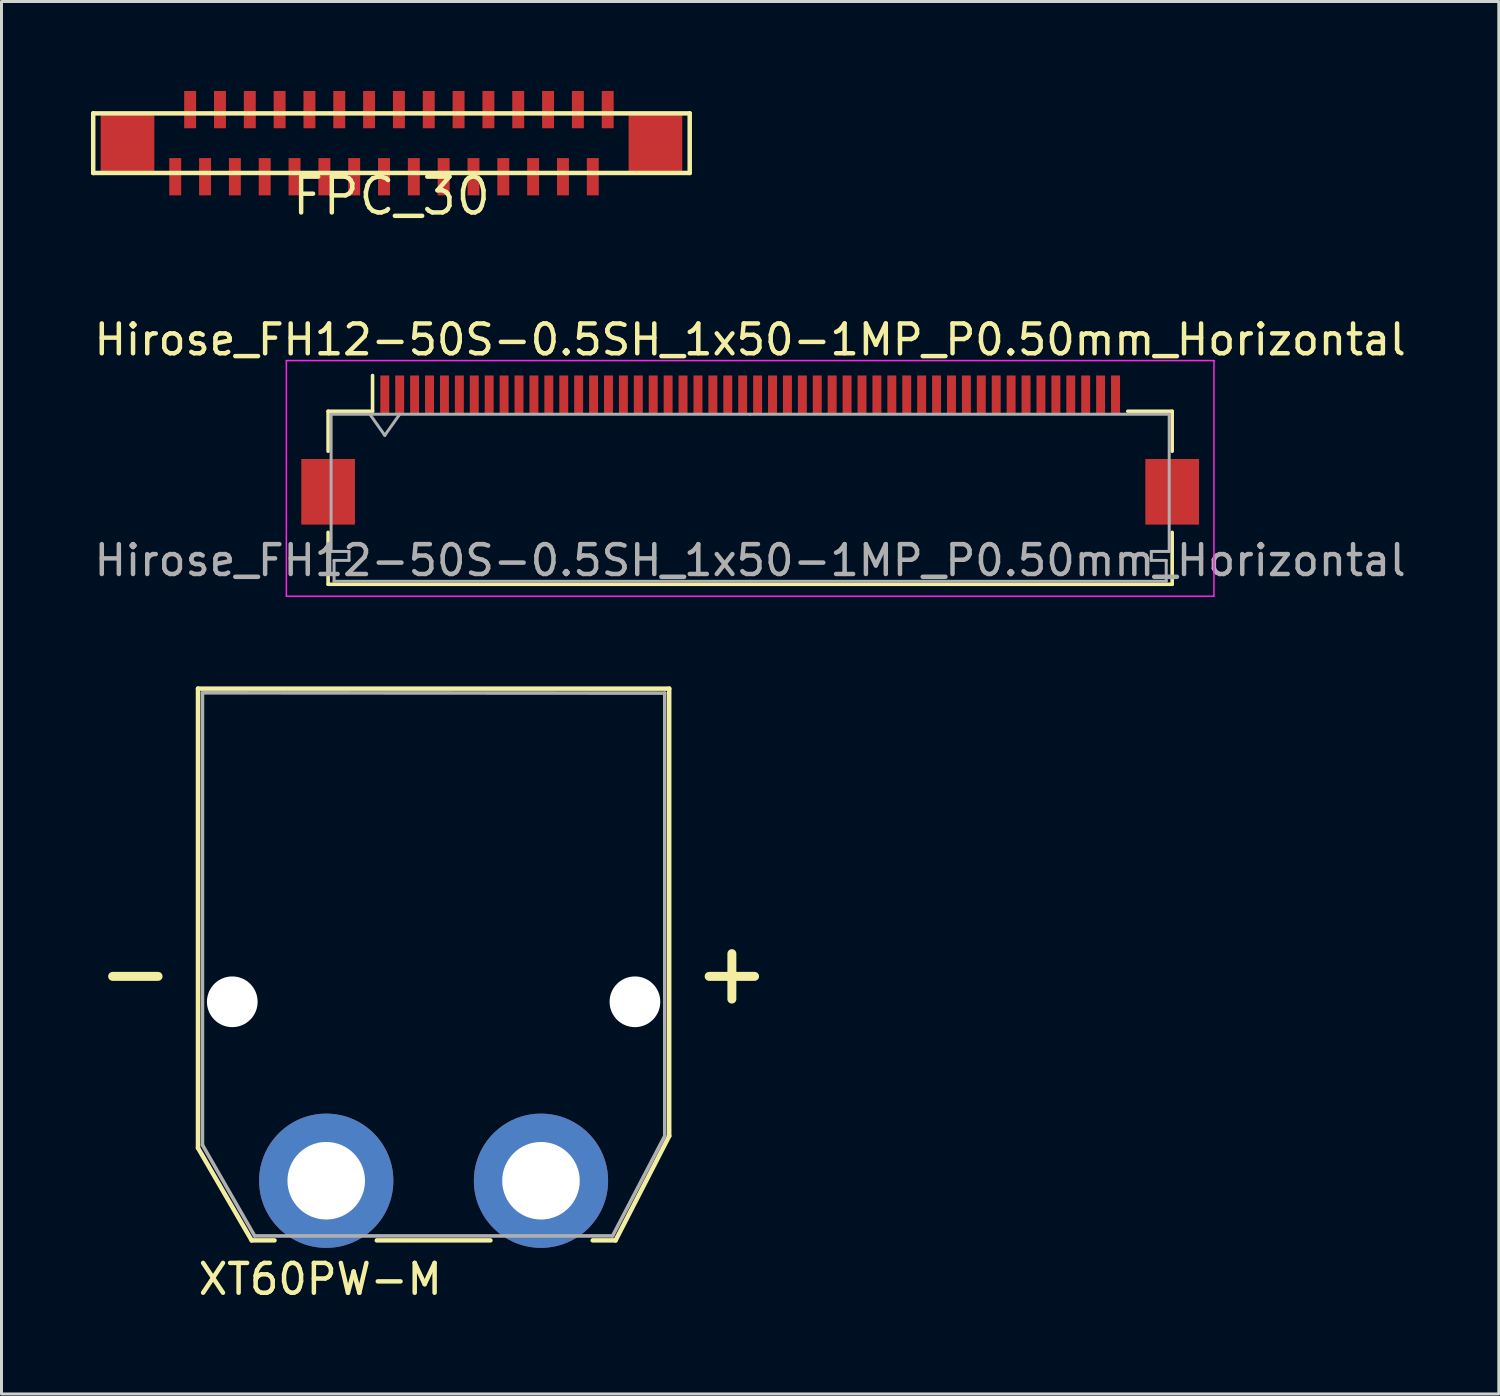
<source format=kicad_pcb>
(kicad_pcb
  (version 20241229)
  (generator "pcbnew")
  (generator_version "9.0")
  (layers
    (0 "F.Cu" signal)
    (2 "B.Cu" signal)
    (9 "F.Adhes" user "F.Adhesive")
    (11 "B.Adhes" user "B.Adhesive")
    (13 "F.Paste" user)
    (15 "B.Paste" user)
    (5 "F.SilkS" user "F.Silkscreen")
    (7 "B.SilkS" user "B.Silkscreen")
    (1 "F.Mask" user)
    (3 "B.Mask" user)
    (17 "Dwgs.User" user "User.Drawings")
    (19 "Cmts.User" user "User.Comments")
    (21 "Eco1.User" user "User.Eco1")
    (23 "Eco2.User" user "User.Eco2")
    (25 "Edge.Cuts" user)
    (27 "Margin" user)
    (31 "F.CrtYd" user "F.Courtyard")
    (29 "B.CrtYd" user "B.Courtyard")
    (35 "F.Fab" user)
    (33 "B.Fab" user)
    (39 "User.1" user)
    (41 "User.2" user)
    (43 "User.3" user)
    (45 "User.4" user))
  (footprint "XT60PW-M"
    (layer "F.Cu")
    (at 11.488 36.538)
    (property "Reference" "XT60PW-M" (at -3.8 3.3 0) (layer "F.SilkS") (effects (font (size 1 1) (thickness 0.15))))
    (attr through_hole)
    (fp_line (start -7.9 -16.5) (end -7.9 -1.1) (stroke (width 0.15) (type solid)) (layer "F.SilkS"))
    (fp_line (start -7.9 -1.1) (end -6.1 2) (stroke (width 0.15) (type solid)) (layer "F.SilkS"))
    (fp_line (start -6.1 2) (end -5.334 2) (stroke (width 0.15) (type solid)) (layer "F.SilkS"))
    (fp_line (start -1.905 2) (end 1.905 2) (stroke (width 0.15) (type solid)) (layer "F.SilkS"))
    (fp_line (start 5.334 2) (end 6.1 2) (stroke (width 0.15) (type solid)) (layer "F.SilkS"))
    (fp_line (start 6.1 2) (end 7.9 -1.5) (stroke (width 0.15) (type solid)) (layer "F.SilkS"))
    (fp_line (start 7.9 -16.5) (end -7.9 -16.5) (stroke (width 0.15) (type solid)) (layer "F.SilkS"))
    (fp_line (start 7.9 -1.5) (end 7.9 -16.5) (stroke (width 0.15) (type solid)) (layer "F.SilkS"))
    (fp_line (start -7.75 -16.36) (end -7.75 -1.2) (stroke (width 0.12) (type solid)) (layer "F.Fab"))
    (fp_line (start -7.75 -16.36) (end 7.75 -16.35) (stroke (width 0.12) (type solid)) (layer "F.Fab"))
    (fp_line (start -7.75 -1.2) (end -6 1.85) (stroke (width 0.12) (type solid)) (layer "F.Fab"))
    (fp_line (start -6 1.85) (end 6 1.85) (stroke (width 0.12) (type solid)) (layer "F.Fab"))
    (fp_line (start 6 1.85) (end 7.75 -1.5) (stroke (width 0.12) (type solid)) (layer "F.Fab"))
    (fp_line (start 7.75 -16.35) (end 7.75 -1.5) (stroke (width 0.12) (type solid)) (layer "F.Fab"))
    (fp_text user "-" (at -10 -7 0) (layer "F.SilkS") (effects (font (size 2 2) (thickness 0.3))))
    (fp_text user "+" (at 10 -7 0) (layer "F.SilkS") (effects (font (size 2 2) (thickness 0.3))))
    (pad "" np_thru_hole circle (at -6.75 -6) (size 1.7 1.7) (drill 1.7) (layers "*.Cu" "*.Mask"))
    (pad "" np_thru_hole circle (at 6.75 -6) (size 1.7 1.7) (drill 1.7) (layers "*.Cu" "*.Mask"))
    (pad "1" thru_hole circle (at 3.6 0) (size 4.5 4.5) (drill 2.6) (layers "*.Cu" "*.Mask"))
    (pad "2" thru_hole circle (at -3.6 0) (size 4.5 4.5) (drill 2.6) (layers "*.Cu" "*.Mask")))
  (footprint "Hirose_FH12-50S-0.5SH_1x50-1MP_P0.50mm_Horizontal"
    (layer "F.Cu")
    (at 22.101 12.039)
    (property "Reference" "Hirose_FH12-50S-0.5SH_1x50-1MP_P0.50mm_Horizontal" (at 0 -3.7 0) (layer "F.SilkS") (effects (font (size 1 1) (thickness 0.15))))
    (attr smd)
    (fp_line (start -14.15 -1.3) (end -14.15 0.04) (stroke (width 0.12) (type solid)) (layer "F.SilkS"))
    (fp_line (start -14.15 2.76) (end -14.15 4.5) (stroke (width 0.12) (type solid)) (layer "F.SilkS"))
    (fp_line (start -14.15 4.5) (end 14.15 4.5) (stroke (width 0.12) (type solid)) (layer "F.SilkS"))
    (fp_line (start -12.66 -1.3) (end -14.15 -1.3) (stroke (width 0.12) (type solid)) (layer "F.SilkS"))
    (fp_line (start -12.66 -1.3) (end -12.66 -2.5) (stroke (width 0.12) (type solid)) (layer "F.SilkS"))
    (fp_line (start 12.66 -1.3) (end 14.15 -1.3) (stroke (width 0.12) (type solid)) (layer "F.SilkS"))
    (fp_line (start 14.15 -1.3) (end 14.15 0.04) (stroke (width 0.12) (type solid)) (layer "F.SilkS"))
    (fp_line (start 14.15 4.5) (end 14.15 2.76) (stroke (width 0.12) (type solid)) (layer "F.SilkS"))
    (fp_line (start -15.55 -3) (end -15.55 4.9) (stroke (width 0.05) (type solid)) (layer "F.CrtYd"))
    (fp_line (start -15.55 4.9) (end 15.55 4.9) (stroke (width 0.05) (type solid)) (layer "F.CrtYd"))
    (fp_line (start 15.55 -3) (end -15.55 -3) (stroke (width 0.05) (type solid)) (layer "F.CrtYd"))
    (fp_line (start 15.55 4.9) (end 15.55 -3) (stroke (width 0.05) (type solid)) (layer "F.CrtYd"))
    (fp_line (start -14.05 -1.2) (end -14.05 3.4) (stroke (width 0.1) (type solid)) (layer "F.Fab"))
    (fp_line (start -14.05 3.4) (end -13.45 3.4) (stroke (width 0.1) (type solid)) (layer "F.Fab"))
    (fp_line (start -13.95 3.7) (end -13.95 4.4) (stroke (width 0.1) (type solid)) (layer "F.Fab"))
    (fp_line (start -13.95 4.4) (end 0 4.4) (stroke (width 0.1) (type solid)) (layer "F.Fab"))
    (fp_line (start -13.45 3.4) (end -13.45 3.7) (stroke (width 0.1) (type solid)) (layer "F.Fab"))
    (fp_line (start -13.45 3.7) (end -13.95 3.7) (stroke (width 0.1) (type solid)) (layer "F.Fab"))
    (fp_line (start -12.75 -1.2) (end -12.25 -0.493) (stroke (width 0.1) (type solid)) (layer "F.Fab"))
    (fp_line (start -12.25 -0.493) (end -11.75 -1.2) (stroke (width 0.1) (type solid)) (layer "F.Fab"))
    (fp_line (start 0 -1.2) (end -14.05 -1.2) (stroke (width 0.1) (type solid)) (layer "F.Fab"))
    (fp_line (start 0 -1.2) (end 14.05 -1.2) (stroke (width 0.1) (type solid)) (layer "F.Fab"))
    (fp_line (start 13.45 3.4) (end 13.45 3.7) (stroke (width 0.1) (type solid)) (layer "F.Fab"))
    (fp_line (start 13.45 3.7) (end 13.95 3.7) (stroke (width 0.1) (type solid)) (layer "F.Fab"))
    (fp_line (start 13.95 3.7) (end 13.95 4.4) (stroke (width 0.1) (type solid)) (layer "F.Fab"))
    (fp_line (start 13.95 4.4) (end 0 4.4) (stroke (width 0.1) (type solid)) (layer "F.Fab"))
    (fp_line (start 14.05 -1.2) (end 14.05 3.4) (stroke (width 0.1) (type solid)) (layer "F.Fab"))
    (fp_line (start 14.05 3.4) (end 13.45 3.4) (stroke (width 0.1) (type solid)) (layer "F.Fab"))
    (fp_text user "${REFERENCE}" (at 0 3.7 0) (layer "F.Fab") (effects (font (size 1 1) (thickness 0.15))))
    (pad "1" smd rect (at 12.25 -1.85) (size 0.3 1.3) (layers "F.Cu" "F.Mask" "F.Paste"))
    (pad "2" smd rect (at 11.75 -1.85) (size 0.3 1.3) (layers "F.Cu" "F.Mask" "F.Paste"))
    (pad "3" smd rect (at 11.25 -1.85) (size 0.3 1.3) (layers "F.Cu" "F.Mask" "F.Paste"))
    (pad "4" smd rect (at 10.75 -1.85) (size 0.3 1.3) (layers "F.Cu" "F.Mask" "F.Paste"))
    (pad "5" smd rect (at 10.25 -1.85) (size 0.3 1.3) (layers "F.Cu" "F.Mask" "F.Paste"))
    (pad "6" smd rect (at 9.75 -1.85) (size 0.3 1.3) (layers "F.Cu" "F.Mask" "F.Paste"))
    (pad "7" smd rect (at 9.25 -1.85) (size 0.3 1.3) (layers "F.Cu" "F.Mask" "F.Paste"))
    (pad "8" smd rect (at 8.75 -1.85) (size 0.3 1.3) (layers "F.Cu" "F.Mask" "F.Paste"))
    (pad "9" smd rect (at 8.25 -1.85) (size 0.3 1.3) (layers "F.Cu" "F.Mask" "F.Paste"))
    (pad "10" smd rect (at 7.75 -1.85) (size 0.3 1.3) (layers "F.Cu" "F.Mask" "F.Paste"))
    (pad "11" smd rect (at 7.25 -1.85) (size 0.3 1.3) (layers "F.Cu" "F.Mask" "F.Paste"))
    (pad "12" smd rect (at 6.75 -1.85) (size 0.3 1.3) (layers "F.Cu" "F.Mask" "F.Paste"))
    (pad "13" smd rect (at 6.25 -1.85) (size 0.3 1.3) (layers "F.Cu" "F.Mask" "F.Paste"))
    (pad "14" smd rect (at 5.75 -1.85) (size 0.3 1.3) (layers "F.Cu" "F.Mask" "F.Paste"))
    (pad "15" smd rect (at 5.25 -1.85) (size 0.3 1.3) (layers "F.Cu" "F.Mask" "F.Paste"))
    (pad "16" smd rect (at 4.75 -1.85) (size 0.3 1.3) (layers "F.Cu" "F.Mask" "F.Paste"))
    (pad "17" smd rect (at 4.25 -1.85) (size 0.3 1.3) (layers "F.Cu" "F.Mask" "F.Paste"))
    (pad "18" smd rect (at 3.75 -1.85) (size 0.3 1.3) (layers "F.Cu" "F.Mask" "F.Paste"))
    (pad "19" smd rect (at 3.25 -1.85) (size 0.3 1.3) (layers "F.Cu" "F.Mask" "F.Paste"))
    (pad "20" smd rect (at 2.75 -1.85) (size 0.3 1.3) (layers "F.Cu" "F.Mask" "F.Paste"))
    (pad "21" smd rect (at 2.25 -1.85) (size 0.3 1.3) (layers "F.Cu" "F.Mask" "F.Paste"))
    (pad "22" smd rect (at 1.75 -1.85) (size 0.3 1.3) (layers "F.Cu" "F.Mask" "F.Paste"))
    (pad "23" smd rect (at 1.25 -1.85) (size 0.3 1.3) (layers "F.Cu" "F.Mask" "F.Paste"))
    (pad "24" smd rect (at 0.75 -1.85) (size 0.3 1.3) (layers "F.Cu" "F.Mask" "F.Paste"))
    (pad "25" smd rect (at 0.25 -1.85) (size 0.3 1.3) (layers "F.Cu" "F.Mask" "F.Paste"))
    (pad "26" smd rect (at -0.25 -1.85) (size 0.3 1.3) (layers "F.Cu" "F.Mask" "F.Paste"))
    (pad "27" smd rect (at -0.75 -1.85) (size 0.3 1.3) (layers "F.Cu" "F.Mask" "F.Paste"))
    (pad "28" smd rect (at -1.25 -1.85) (size 0.3 1.3) (layers "F.Cu" "F.Mask" "F.Paste"))
    (pad "29" smd rect (at -1.75 -1.85) (size 0.3 1.3) (layers "F.Cu" "F.Mask" "F.Paste"))
    (pad "30" smd rect (at -2.25 -1.85) (size 0.3 1.3) (layers "F.Cu" "F.Mask" "F.Paste"))
    (pad "31" smd rect (at -2.75 -1.85) (size 0.3 1.3) (layers "F.Cu" "F.Mask" "F.Paste"))
    (pad "32" smd rect (at -3.25 -1.85) (size 0.3 1.3) (layers "F.Cu" "F.Mask" "F.Paste"))
    (pad "33" smd rect (at -3.75 -1.85) (size 0.3 1.3) (layers "F.Cu" "F.Mask" "F.Paste"))
    (pad "34" smd rect (at -4.25 -1.85) (size 0.3 1.3) (layers "F.Cu" "F.Mask" "F.Paste"))
    (pad "35" smd rect (at -4.75 -1.85) (size 0.3 1.3) (layers "F.Cu" "F.Mask" "F.Paste"))
    (pad "36" smd rect (at -5.25 -1.85) (size 0.3 1.3) (layers "F.Cu" "F.Mask" "F.Paste"))
    (pad "37" smd rect (at -5.75 -1.85) (size 0.3 1.3) (layers "F.Cu" "F.Mask" "F.Paste"))
    (pad "38" smd rect (at -6.25 -1.85) (size 0.3 1.3) (layers "F.Cu" "F.Mask" "F.Paste"))
    (pad "39" smd rect (at -6.75 -1.85) (size 0.3 1.3) (layers "F.Cu" "F.Mask" "F.Paste"))
    (pad "40" smd rect (at -7.25 -1.85) (size 0.3 1.3) (layers "F.Cu" "F.Mask" "F.Paste"))
    (pad "41" smd rect (at -7.75 -1.85) (size 0.3 1.3) (layers "F.Cu" "F.Mask" "F.Paste"))
    (pad "42" smd rect (at -8.25 -1.85) (size 0.3 1.3) (layers "F.Cu" "F.Mask" "F.Paste"))
    (pad "43" smd rect (at -8.75 -1.85) (size 0.3 1.3) (layers "F.Cu" "F.Mask" "F.Paste"))
    (pad "44" smd rect (at -9.25 -1.85) (size 0.3 1.3) (layers "F.Cu" "F.Mask" "F.Paste"))
    (pad "45" smd rect (at -9.75 -1.85) (size 0.3 1.3) (layers "F.Cu" "F.Mask" "F.Paste"))
    (pad "46" smd rect (at -10.25 -1.85) (size 0.3 1.3) (layers "F.Cu" "F.Mask" "F.Paste"))
    (pad "47" smd rect (at -10.75 -1.85) (size 0.3 1.3) (layers "F.Cu" "F.Mask" "F.Paste"))
    (pad "48" smd rect (at -11.25 -1.85) (size 0.3 1.3) (layers "F.Cu" "F.Mask" "F.Paste"))
    (pad "49" smd rect (at -11.75 -1.85) (size 0.3 1.3) (layers "F.Cu" "F.Mask" "F.Paste"))
    (pad "50" smd rect (at -12.25 -1.85) (size 0.3 1.3) (layers "F.Cu" "F.Mask" "F.Paste"))
    (pad "MP" smd rect (at -14.15 1.4) (size 1.8 2.2) (layers "F.Cu" "F.Mask" "F.Paste"))
    (pad "MP" smd rect (at 14.15 1.4) (size 1.8 2.2) (layers "F.Cu" "F.Mask" "F.Paste")))
  (footprint "FPC_30"
    (layer "F.Cu")
    (at 10.075 1.75)
    (property "Reference" "FPC_30" (at 0 1.775 0) (layer "F.SilkS") (effects (font (size 1.2 1.2) (thickness 0.15))))
    (attr through_hole)
    (fp_line (start -10 -1) (end 10 -1) (stroke (width 0.15) (type solid)) (layer "F.SilkS"))
    (fp_line (start -10 1) (end -10 -1) (stroke (width 0.15) (type solid)) (layer "F.SilkS"))
    (fp_line (start -10 1) (end 10 1) (stroke (width 0.15) (type solid)) (layer "F.SilkS"))
    (fp_line (start 10 1) (end 10 -1) (stroke (width 0.15) (type solid)) (layer "F.SilkS"))
    (pad "" smd rect (at -8.85 0) (size 1.8 2) (layers "F.Cu" "F.Mask" "F.Paste"))
    (pad "" smd rect (at 8.85 0) (size 1.8 2) (layers "F.Cu" "F.Mask" "F.Paste"))
    (pad "1" smd rect (at -7.25 1.125) (size 0.4 1.25) (layers "F.Cu" "F.Mask" "F.Paste"))
    (pad "2" smd rect (at -6.75 -1.125) (size 0.4 1.25) (layers "F.Cu" "F.Mask" "F.Paste"))
    (pad "3" smd rect (at -6.25 1.125) (size 0.4 1.25) (layers "F.Cu" "F.Mask" "F.Paste"))
    (pad "4" smd rect (at -5.75 -1.125) (size 0.4 1.25) (layers "F.Cu" "F.Mask" "F.Paste"))
    (pad "5" smd rect (at -5.25 1.125) (size 0.4 1.25) (layers "F.Cu" "F.Mask" "F.Paste"))
    (pad "6" smd rect (at -4.75 -1.125) (size 0.4 1.25) (layers "F.Cu" "F.Mask" "F.Paste"))
    (pad "7" smd rect (at -4.25 1.125) (size 0.4 1.25) (layers "F.Cu" "F.Mask" "F.Paste"))
    (pad "8" smd rect (at -3.75 -1.125) (size 0.4 1.25) (layers "F.Cu" "F.Mask" "F.Paste"))
    (pad "9" smd rect (at -3.25 1.125) (size 0.4 1.25) (layers "F.Cu" "F.Mask" "F.Paste"))
    (pad "10" smd rect (at -2.75 -1.125) (size 0.4 1.25) (layers "F.Cu" "F.Mask" "F.Paste"))
    (pad "11" smd rect (at -2.25 1.125) (size 0.4 1.25) (layers "F.Cu" "F.Mask" "F.Paste"))
    (pad "12" smd rect (at -1.75 -1.125) (size 0.4 1.25) (layers "F.Cu" "F.Mask" "F.Paste"))
    (pad "13" smd rect (at -1.25 1.125) (size 0.4 1.25) (layers "F.Cu" "F.Mask" "F.Paste"))
    (pad "14" smd rect (at -0.75 -1.125) (size 0.4 1.25) (layers "F.Cu" "F.Mask" "F.Paste"))
    (pad "15" smd rect (at -0.25 1.125) (size 0.4 1.25) (layers "F.Cu" "F.Mask" "F.Paste"))
    (pad "16" smd rect (at 0.25 -1.125) (size 0.4 1.25) (layers "F.Cu" "F.Mask" "F.Paste"))
    (pad "17" smd rect (at 0.75 1.125) (size 0.4 1.25) (layers "F.Cu" "F.Mask" "F.Paste"))
    (pad "18" smd rect (at 1.25 -1.125) (size 0.4 1.25) (layers "F.Cu" "F.Mask" "F.Paste"))
    (pad "19" smd rect (at 1.75 1.125) (size 0.4 1.25) (layers "F.Cu" "F.Mask" "F.Paste"))
    (pad "20" smd rect (at 2.25 -1.125) (size 0.4 1.25) (layers "F.Cu" "F.Mask" "F.Paste"))
    (pad "21" smd rect (at 2.75 1.125) (size 0.4 1.25) (layers "F.Cu" "F.Mask" "F.Paste"))
    (pad "22" smd rect (at 3.25 -1.125) (size 0.4 1.25) (layers "F.Cu" "F.Mask" "F.Paste"))
    (pad "23" smd rect (at 3.75 1.125) (size 0.4 1.25) (layers "F.Cu" "F.Mask" "F.Paste"))
    (pad "24" smd rect (at 4.25 -1.125) (size 0.4 1.25) (layers "F.Cu" "F.Mask" "F.Paste"))
    (pad "25" smd rect (at 4.75 1.125) (size 0.4 1.25) (layers "F.Cu" "F.Mask" "F.Paste"))
    (pad "26" smd rect (at 5.25 -1.125) (size 0.4 1.25) (layers "F.Cu" "F.Mask" "F.Paste"))
    (pad "27" smd rect (at 5.75 1.125) (size 0.4 1.25) (layers "F.Cu" "F.Mask" "F.Paste"))
    (pad "28" smd rect (at 6.25 -1.125) (size 0.4 1.25) (layers "F.Cu" "F.Mask" "F.Paste"))
    (pad "29" smd rect (at 6.75 1.125) (size 0.4 1.25) (layers "F.Cu" "F.Mask" "F.Paste"))
    (pad "30" smd rect (at 7.25 -1.125) (size 0.4 1.25) (layers "F.Cu" "F.Mask" "F.Paste")))
  (gr_rect
    (start -3 -3)
    (end 47.202 43.687)
    (stroke (width 0.1) (type default))
    (fill no)
    (layer "Edge.Cuts")))
</source>
